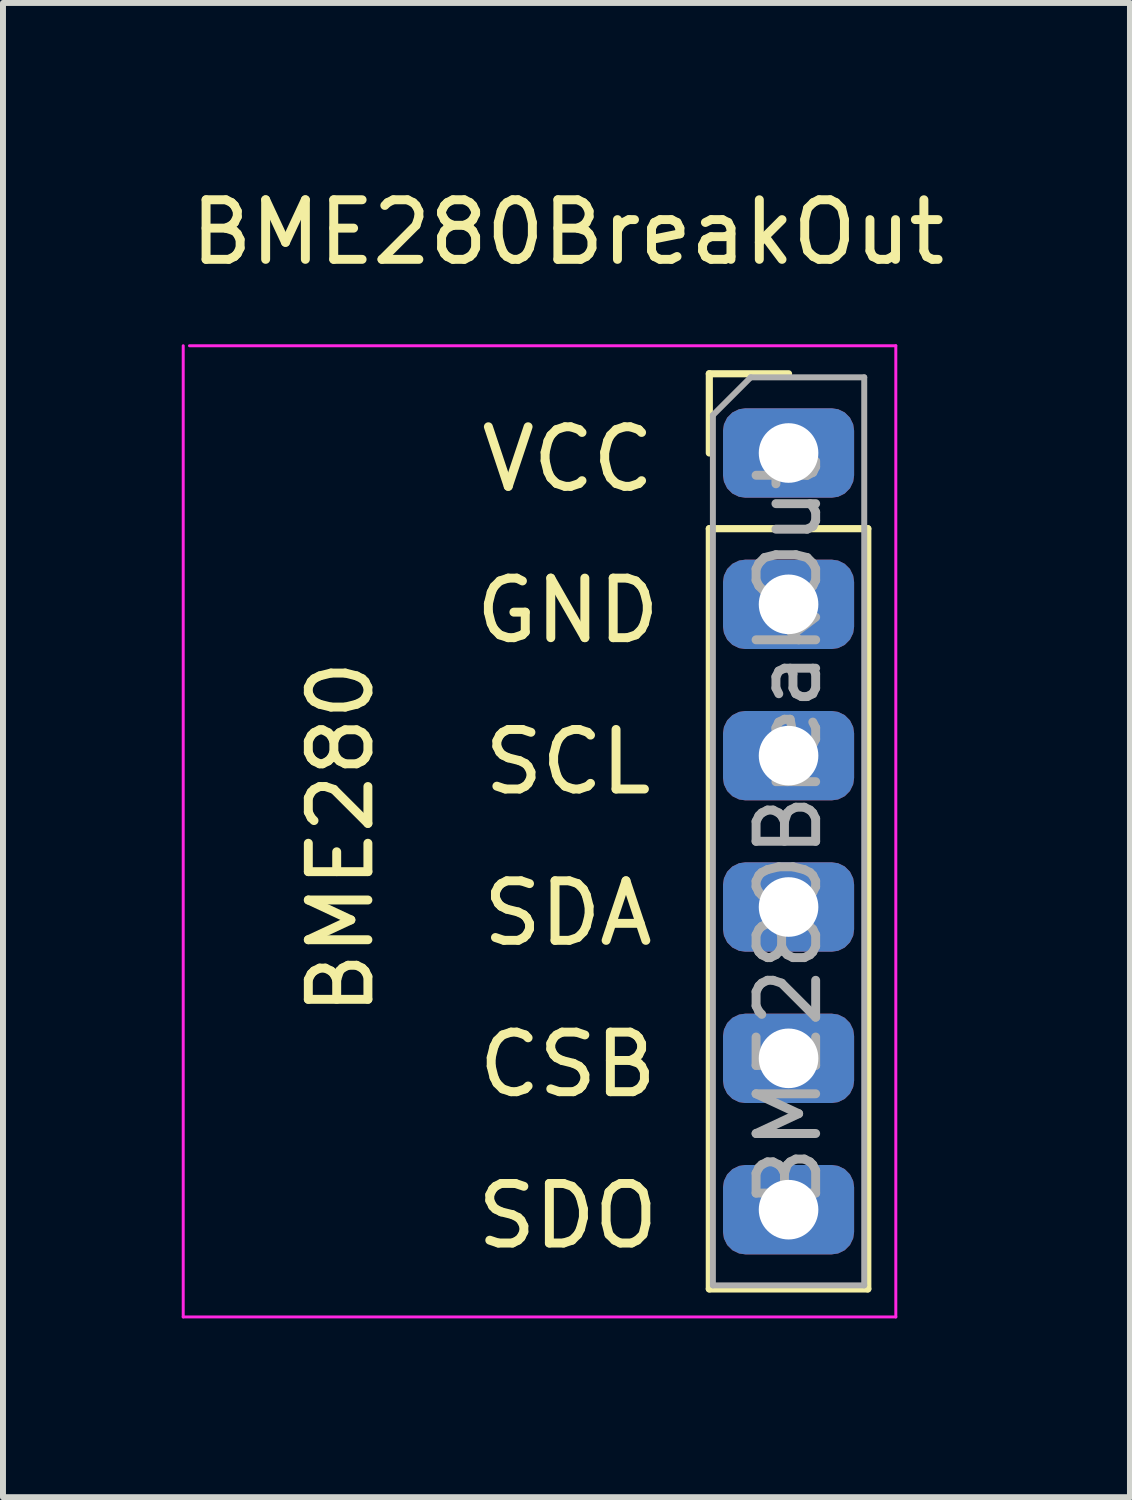
<source format=kicad_pcb>
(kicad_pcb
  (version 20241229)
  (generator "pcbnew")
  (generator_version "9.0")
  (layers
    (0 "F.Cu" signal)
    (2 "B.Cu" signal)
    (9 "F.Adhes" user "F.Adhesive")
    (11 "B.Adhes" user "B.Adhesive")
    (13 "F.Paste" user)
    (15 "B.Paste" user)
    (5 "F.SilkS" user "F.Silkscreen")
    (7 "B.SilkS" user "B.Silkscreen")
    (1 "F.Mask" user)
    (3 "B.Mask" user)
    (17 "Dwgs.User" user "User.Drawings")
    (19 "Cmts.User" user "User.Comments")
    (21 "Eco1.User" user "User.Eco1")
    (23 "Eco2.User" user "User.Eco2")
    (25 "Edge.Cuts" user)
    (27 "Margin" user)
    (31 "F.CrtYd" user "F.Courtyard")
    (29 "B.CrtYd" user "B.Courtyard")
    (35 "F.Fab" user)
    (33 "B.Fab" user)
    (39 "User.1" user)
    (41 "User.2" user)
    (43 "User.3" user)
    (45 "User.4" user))
  (footprint "BME280BreakOut"
    (layer "F.Cu")
    (at 10.185 4.553)
    (property "Reference" "BME280BreakOut" (at -3.705 -3.705 0) (layer "F.SilkS") (effects (font (size 1 1) (thickness 0.15))))
    (attr through_hole)
    (fp_line (start -1.33 -1.33) (end 0 -1.33) (stroke (width 0.12) (type solid)) (layer "F.SilkS"))
    (fp_line (start -1.33 0) (end -1.33 -1.33) (stroke (width 0.12) (type solid)) (layer "F.SilkS"))
    (fp_line (start -1.33 1.27) (end -1.33 14.03) (stroke (width 0.12) (type solid)) (layer "F.SilkS"))
    (fp_line (start -1.33 1.27) (end 1.33 1.27) (stroke (width 0.12) (type solid)) (layer "F.SilkS"))
    (fp_line (start -1.33 14.03) (end 1.33 14.03) (stroke (width 0.12) (type solid)) (layer "F.SilkS"))
    (fp_line (start 1.33 1.27) (end 1.33 14.03) (stroke (width 0.12) (type solid)) (layer "F.SilkS"))
    (fp_line (start -10.16 -1.8) (end -10.16 14.5) (stroke (width 0.05) (type solid)) (layer "F.CrtYd"))
    (fp_line (start -10.16 14.5) (end 1.8 14.5) (stroke (width 0.05) (type solid)) (layer "F.CrtYd"))
    (fp_line (start 1.8 -1.8) (end -10.055 -1.8) (stroke (width 0.05) (type solid)) (layer "F.CrtYd"))
    (fp_line (start 1.8 14.5) (end 1.8 -1.8) (stroke (width 0.05) (type solid)) (layer "F.CrtYd"))
    (fp_line (start -1.27 -0.635) (end -0.635 -1.27) (stroke (width 0.1) (type solid)) (layer "F.Fab"))
    (fp_line (start -1.27 13.97) (end -1.27 -0.635) (stroke (width 0.1) (type solid)) (layer "F.Fab"))
    (fp_line (start -0.635 -1.27) (end 1.27 -1.27) (stroke (width 0.1) (type solid)) (layer "F.Fab"))
    (fp_line (start 1.27 -1.27) (end 1.27 13.97) (stroke (width 0.1) (type solid)) (layer "F.Fab"))
    (fp_line (start 1.27 13.97) (end -1.27 13.97) (stroke (width 0.1) (type solid)) (layer "F.Fab"))
    (fp_text user "SDA" (at -3.705 7.725 0) (layer "F.SilkS") (effects (font (size 1 1) (thickness 0.15))))
    (fp_text user "GND" (at -3.705 2.645 0) (layer "F.SilkS") (effects (font (size 1 1) (thickness 0.15))))
    (fp_text user "CSB" (at -3.705 10.265 0) (layer "F.SilkS") (effects (font (size 1 1) (thickness 0.15))))
    (fp_text user "SCL" (at -3.705 5.185 0) (layer "F.SilkS") (effects (font (size 1 1) (thickness 0.15))))
    (fp_text user "VCC" (at -3.705 0.105 0) (layer "F.SilkS") (effects (font (size 1 1) (thickness 0.15))))
    (fp_text user "SDO" (at -3.705 12.805 0) (layer "F.SilkS") (effects (font (size 1 1) (thickness 0.15))))
    (fp_text user "BME280" (at -7.515 6.455 90) (layer "F.SilkS") (effects (font (size 1 1) (thickness 0.15))))
    (fp_text user "${REFERENCE}" (at 0 6.35 90) (layer "F.Fab") (effects (font (size 1 1) (thickness 0.15))))
    (pad "1" thru_hole roundrect (at 0 0) (size 2.2 1.5) (drill 1) (layers "*.Cu" "*.Mask") (roundrect_rratio 0.25))
    (pad "2" thru_hole roundrect (at 0 2.54) (size 2.2 1.5) (drill 1) (layers "*.Cu" "*.Mask") (roundrect_rratio 0.25))
    (pad "3" thru_hole roundrect (at 0 5.08) (size 2.2 1.5) (drill 1) (layers "*.Cu" "*.Mask") (roundrect_rratio 0.25))
    (pad "4" thru_hole roundrect (at 0 7.62) (size 2.2 1.5) (drill 1) (layers "*.Cu" "*.Mask") (roundrect_rratio 0.25))
    (pad "5" thru_hole roundrect (at 0 10.16) (size 2.2 1.5) (drill 1) (layers "*.Cu" "*.Mask") (roundrect_rratio 0.25))
    (pad "6" thru_hole roundrect (at 0 12.7) (size 2.2 1.5) (drill 1) (layers "*.Cu" "*.Mask") (roundrect_rratio 0.25)))
  (gr_rect
    (start -3 -3)
    (end 15.915 22.078)
    (stroke (width 0.1) (type default))
    (fill no)
    (layer "Edge.Cuts")))
</source>
